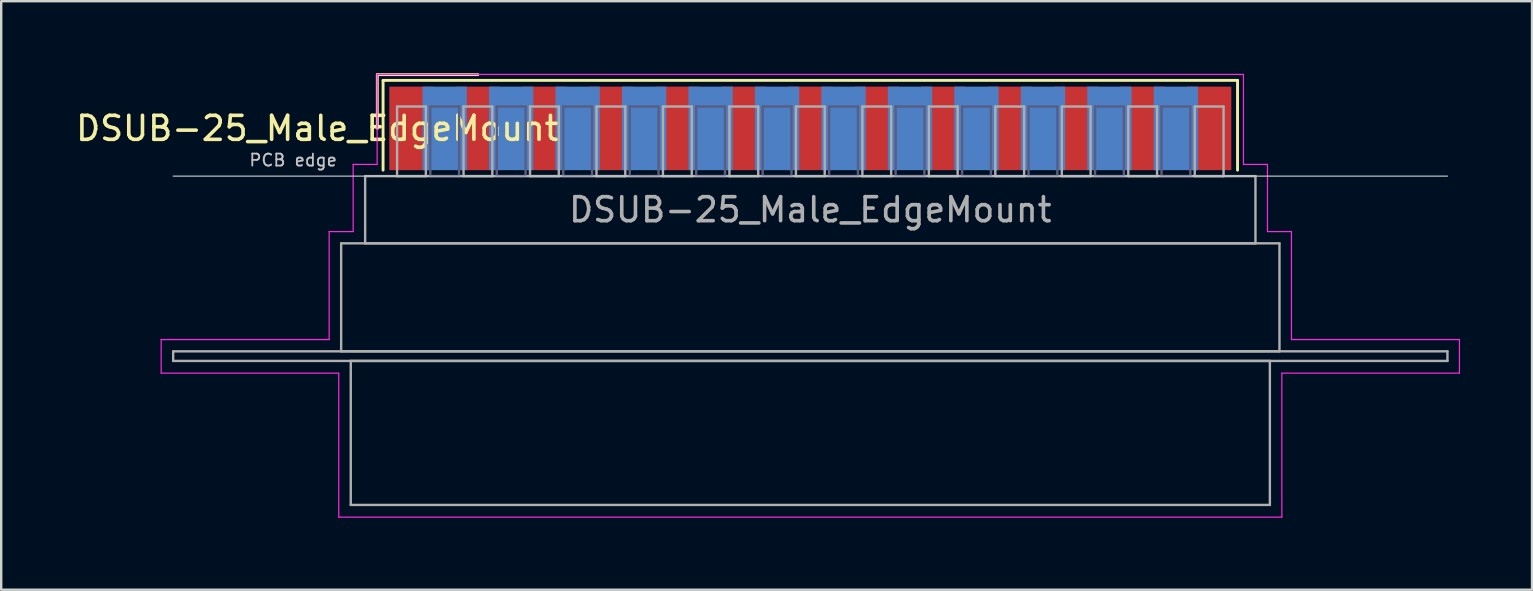
<source format=kicad_pcb>
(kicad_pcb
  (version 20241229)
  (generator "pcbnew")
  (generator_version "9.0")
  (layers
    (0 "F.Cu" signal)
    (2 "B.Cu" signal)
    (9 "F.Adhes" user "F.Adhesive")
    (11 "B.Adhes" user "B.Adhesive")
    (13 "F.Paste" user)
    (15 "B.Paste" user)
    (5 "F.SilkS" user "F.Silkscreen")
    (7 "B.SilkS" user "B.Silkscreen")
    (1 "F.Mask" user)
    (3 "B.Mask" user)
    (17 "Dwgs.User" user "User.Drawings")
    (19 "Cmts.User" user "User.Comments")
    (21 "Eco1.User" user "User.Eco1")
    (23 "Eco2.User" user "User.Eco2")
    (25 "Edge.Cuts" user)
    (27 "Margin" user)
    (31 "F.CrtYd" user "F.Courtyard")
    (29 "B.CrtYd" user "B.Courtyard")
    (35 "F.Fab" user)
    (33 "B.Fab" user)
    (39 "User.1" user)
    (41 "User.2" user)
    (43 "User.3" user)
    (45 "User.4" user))
  (footprint "DSUB-25_Male_EdgeMount"
    (layer "F.Cu")
    (at 30.716 2.3)
    (property "Reference" "DSUB-25_Male_EdgeMount" (at -20.543 0 0) (layer "F.SilkS") (effects (font (size 1 1) (thickness 0.15))))
    (attr smd)
    (fp_line (start -18.043 -2.24) (end -13.85 -2.24) (stroke (width 0.12) (type solid)) (layer "F.SilkS"))
    (fp_line (start -18.043 0) (end -18.043 -2.24) (stroke (width 0.12) (type solid)) (layer "F.SilkS"))
    (fp_line (start -17.803 -2) (end -17.803 1.74) (stroke (width 0.12) (type solid)) (layer "F.SilkS"))
    (fp_line (start 17.803 -2) (end -17.803 -2) (stroke (width 0.12) (type solid)) (layer "F.SilkS"))
    (fp_line (start 17.803 1.74) (end 17.803 -2) (stroke (width 0.12) (type solid)) (layer "F.SilkS"))
    (fp_line (start -26.55 1.99) (end 26.55 1.99) (stroke (width 0.05) (type solid)) (layer "Dwgs.User"))
    (fp_line (start -27.05 8.8) (end -20.05 8.8) (stroke (width 0.05) (type solid)) (layer "F.CrtYd"))
    (fp_line (start -27.05 10.2) (end -27.05 8.8) (stroke (width 0.05) (type solid)) (layer "F.CrtYd"))
    (fp_line (start -20.05 4.3) (end -19.05 4.3) (stroke (width 0.05) (type solid)) (layer "F.CrtYd"))
    (fp_line (start -20.05 8.8) (end -20.05 4.3) (stroke (width 0.05) (type solid)) (layer "F.CrtYd"))
    (fp_line (start -19.65 10.2) (end -27.05 10.2) (stroke (width 0.05) (type solid)) (layer "F.CrtYd"))
    (fp_line (start -19.65 16.2) (end -19.65 10.2) (stroke (width 0.05) (type solid)) (layer "F.CrtYd"))
    (fp_line (start -19.05 1.5) (end -18.05 1.5) (stroke (width 0.05) (type solid)) (layer "F.CrtYd"))
    (fp_line (start -19.05 4.3) (end -19.05 1.5) (stroke (width 0.05) (type solid)) (layer "F.CrtYd"))
    (fp_line (start -18.05 -2.25) (end 18.05 -2.25) (stroke (width 0.05) (type solid)) (layer "F.CrtYd"))
    (fp_line (start -18.05 1.5) (end -18.05 -2.25) (stroke (width 0.05) (type solid)) (layer "F.CrtYd"))
    (fp_line (start 18.05 -2.25) (end 18.05 1.5) (stroke (width 0.05) (type solid)) (layer "F.CrtYd"))
    (fp_line (start 18.05 1.5) (end 19.05 1.5) (stroke (width 0.05) (type solid)) (layer "F.CrtYd"))
    (fp_line (start 19.05 1.5) (end 19.05 4.3) (stroke (width 0.05) (type solid)) (layer "F.CrtYd"))
    (fp_line (start 19.05 4.3) (end 20.05 4.3) (stroke (width 0.05) (type solid)) (layer "F.CrtYd"))
    (fp_line (start 19.65 10.2) (end 19.65 16.2) (stroke (width 0.05) (type solid)) (layer "F.CrtYd"))
    (fp_line (start 19.65 16.2) (end -19.65 16.2) (stroke (width 0.05) (type solid)) (layer "F.CrtYd"))
    (fp_line (start 20.05 4.3) (end 20.05 8.8) (stroke (width 0.05) (type solid)) (layer "F.CrtYd"))
    (fp_line (start 20.05 8.8) (end 27.05 8.8) (stroke (width 0.05) (type solid)) (layer "F.CrtYd"))
    (fp_line (start 27.05 8.8) (end 27.05 10.2) (stroke (width 0.05) (type solid)) (layer "F.CrtYd"))
    (fp_line (start 27.05 10.2) (end 19.65 10.2) (stroke (width 0.05) (type solid)) (layer "F.CrtYd"))
    (fp_line (start -15.835 -0.91) (end -15.835 1.99) (stroke (width 0.1) (type solid)) (layer "B.Fab"))
    (fp_line (start -15.835 1.99) (end -14.635 1.99) (stroke (width 0.1) (type solid)) (layer "B.Fab"))
    (fp_line (start -14.635 -0.91) (end -15.835 -0.91) (stroke (width 0.1) (type solid)) (layer "B.Fab"))
    (fp_line (start -14.635 1.99) (end -14.635 -0.91) (stroke (width 0.1) (type solid)) (layer "B.Fab"))
    (fp_line (start -13.065 -0.91) (end -13.065 1.99) (stroke (width 0.1) (type solid)) (layer "B.Fab"))
    (fp_line (start -13.065 1.99) (end -11.865 1.99) (stroke (width 0.1) (type solid)) (layer "B.Fab"))
    (fp_line (start -11.865 -0.91) (end -13.065 -0.91) (stroke (width 0.1) (type solid)) (layer "B.Fab"))
    (fp_line (start -11.865 1.99) (end -11.865 -0.91) (stroke (width 0.1) (type solid)) (layer "B.Fab"))
    (fp_line (start -10.295 -0.91) (end -10.295 1.99) (stroke (width 0.1) (type solid)) (layer "B.Fab"))
    (fp_line (start -10.295 1.99) (end -9.095 1.99) (stroke (width 0.1) (type solid)) (layer "B.Fab"))
    (fp_line (start -9.095 -0.91) (end -10.295 -0.91) (stroke (width 0.1) (type solid)) (layer "B.Fab"))
    (fp_line (start -9.095 1.99) (end -9.095 -0.91) (stroke (width 0.1) (type solid)) (layer "B.Fab"))
    (fp_line (start -7.525 -0.91) (end -7.525 1.99) (stroke (width 0.1) (type solid)) (layer "B.Fab"))
    (fp_line (start -7.525 1.99) (end -6.325 1.99) (stroke (width 0.1) (type solid)) (layer "B.Fab"))
    (fp_line (start -6.325 -0.91) (end -7.525 -0.91) (stroke (width 0.1) (type solid)) (layer "B.Fab"))
    (fp_line (start -6.325 1.99) (end -6.325 -0.91) (stroke (width 0.1) (type solid)) (layer "B.Fab"))
    (fp_line (start -4.755 -0.91) (end -4.755 1.99) (stroke (width 0.1) (type solid)) (layer "B.Fab"))
    (fp_line (start -4.755 1.99) (end -3.555 1.99) (stroke (width 0.1) (type solid)) (layer "B.Fab"))
    (fp_line (start -3.555 -0.91) (end -4.755 -0.91) (stroke (width 0.1) (type solid)) (layer "B.Fab"))
    (fp_line (start -3.555 1.99) (end -3.555 -0.91) (stroke (width 0.1) (type solid)) (layer "B.Fab"))
    (fp_line (start -1.985 -0.91) (end -1.985 1.99) (stroke (width 0.1) (type solid)) (layer "B.Fab"))
    (fp_line (start -1.985 1.99) (end -0.785 1.99) (stroke (width 0.1) (type solid)) (layer "B.Fab"))
    (fp_line (start -0.785 -0.91) (end -1.985 -0.91) (stroke (width 0.1) (type solid)) (layer "B.Fab"))
    (fp_line (start -0.785 1.99) (end -0.785 -0.91) (stroke (width 0.1) (type solid)) (layer "B.Fab"))
    (fp_line (start 0.785 -0.91) (end 0.785 1.99) (stroke (width 0.1) (type solid)) (layer "B.Fab"))
    (fp_line (start 0.785 1.99) (end 1.985 1.99) (stroke (width 0.1) (type solid)) (layer "B.Fab"))
    (fp_line (start 1.985 -0.91) (end 0.785 -0.91) (stroke (width 0.1) (type solid)) (layer "B.Fab"))
    (fp_line (start 1.985 1.99) (end 1.985 -0.91) (stroke (width 0.1) (type solid)) (layer "B.Fab"))
    (fp_line (start 3.555 -0.91) (end 3.555 1.99) (stroke (width 0.1) (type solid)) (layer "B.Fab"))
    (fp_line (start 3.555 1.99) (end 4.755 1.99) (stroke (width 0.1) (type solid)) (layer "B.Fab"))
    (fp_line (start 4.755 -0.91) (end 3.555 -0.91) (stroke (width 0.1) (type solid)) (layer "B.Fab"))
    (fp_line (start 4.755 1.99) (end 4.755 -0.91) (stroke (width 0.1) (type solid)) (layer "B.Fab"))
    (fp_line (start 6.325 -0.91) (end 6.325 1.99) (stroke (width 0.1) (type solid)) (layer "B.Fab"))
    (fp_line (start 6.325 1.99) (end 7.525 1.99) (stroke (width 0.1) (type solid)) (layer "B.Fab"))
    (fp_line (start 7.525 -0.91) (end 6.325 -0.91) (stroke (width 0.1) (type solid)) (layer "B.Fab"))
    (fp_line (start 7.525 1.99) (end 7.525 -0.91) (stroke (width 0.1) (type solid)) (layer "B.Fab"))
    (fp_line (start 9.095 -0.91) (end 9.095 1.99) (stroke (width 0.1) (type solid)) (layer "B.Fab"))
    (fp_line (start 9.095 1.99) (end 10.295 1.99) (stroke (width 0.1) (type solid)) (layer "B.Fab"))
    (fp_line (start 10.295 -0.91) (end 9.095 -0.91) (stroke (width 0.1) (type solid)) (layer "B.Fab"))
    (fp_line (start 10.295 1.99) (end 10.295 -0.91) (stroke (width 0.1) (type solid)) (layer "B.Fab"))
    (fp_line (start 11.865 -0.91) (end 11.865 1.99) (stroke (width 0.1) (type solid)) (layer "B.Fab"))
    (fp_line (start 11.865 1.99) (end 13.065 1.99) (stroke (width 0.1) (type solid)) (layer "B.Fab"))
    (fp_line (start 13.065 -0.91) (end 11.865 -0.91) (stroke (width 0.1) (type solid)) (layer "B.Fab"))
    (fp_line (start 13.065 1.99) (end 13.065 -0.91) (stroke (width 0.1) (type solid)) (layer "B.Fab"))
    (fp_line (start 14.635 -0.91) (end 14.635 1.99) (stroke (width 0.1) (type solid)) (layer "B.Fab"))
    (fp_line (start 14.635 1.99) (end 15.835 1.99) (stroke (width 0.1) (type solid)) (layer "B.Fab"))
    (fp_line (start 15.835 -0.91) (end 14.635 -0.91) (stroke (width 0.1) (type solid)) (layer "B.Fab"))
    (fp_line (start 15.835 1.99) (end 15.835 -0.91) (stroke (width 0.1) (type solid)) (layer "B.Fab"))
    (fp_line (start -26.55 9.29) (end -26.55 9.69) (stroke (width 0.1) (type solid)) (layer "F.Fab"))
    (fp_line (start -26.55 9.69) (end 26.55 9.69) (stroke (width 0.1) (type solid)) (layer "F.Fab"))
    (fp_line (start -19.55 4.79) (end -19.55 9.29) (stroke (width 0.1) (type solid)) (layer "F.Fab"))
    (fp_line (start -19.55 9.29) (end 19.55 9.29) (stroke (width 0.1) (type solid)) (layer "F.Fab"))
    (fp_line (start -19.15 9.69) (end -19.15 15.69) (stroke (width 0.1) (type solid)) (layer "F.Fab"))
    (fp_line (start -19.15 15.69) (end 19.15 15.69) (stroke (width 0.1) (type solid)) (layer "F.Fab"))
    (fp_line (start -18.55 1.99) (end -18.55 4.79) (stroke (width 0.1) (type solid)) (layer "F.Fab"))
    (fp_line (start -18.55 4.79) (end 18.55 4.79) (stroke (width 0.1) (type solid)) (layer "F.Fab"))
    (fp_line (start -17.22 -0.91) (end -17.22 1.99) (stroke (width 0.1) (type solid)) (layer "F.Fab"))
    (fp_line (start -17.22 1.99) (end -16.02 1.99) (stroke (width 0.1) (type solid)) (layer "F.Fab"))
    (fp_line (start -16.02 -0.91) (end -17.22 -0.91) (stroke (width 0.1) (type solid)) (layer "F.Fab"))
    (fp_line (start -16.02 1.99) (end -16.02 -0.91) (stroke (width 0.1) (type solid)) (layer "F.Fab"))
    (fp_line (start -14.45 -0.91) (end -14.45 1.99) (stroke (width 0.1) (type solid)) (layer "F.Fab"))
    (fp_line (start -14.45 1.99) (end -13.25 1.99) (stroke (width 0.1) (type solid)) (layer "F.Fab"))
    (fp_line (start -13.25 -0.91) (end -14.45 -0.91) (stroke (width 0.1) (type solid)) (layer "F.Fab"))
    (fp_line (start -13.25 1.99) (end -13.25 -0.91) (stroke (width 0.1) (type solid)) (layer "F.Fab"))
    (fp_line (start -11.68 -0.91) (end -11.68 1.99) (stroke (width 0.1) (type solid)) (layer "F.Fab"))
    (fp_line (start -11.68 1.99) (end -10.48 1.99) (stroke (width 0.1) (type solid)) (layer "F.Fab"))
    (fp_line (start -10.48 -0.91) (end -11.68 -0.91) (stroke (width 0.1) (type solid)) (layer "F.Fab"))
    (fp_line (start -10.48 1.99) (end -10.48 -0.91) (stroke (width 0.1) (type solid)) (layer "F.Fab"))
    (fp_line (start -8.91 -0.91) (end -8.91 1.99) (stroke (width 0.1) (type solid)) (layer "F.Fab"))
    (fp_line (start -8.91 1.99) (end -7.71 1.99) (stroke (width 0.1) (type solid)) (layer "F.Fab"))
    (fp_line (start -7.71 -0.91) (end -8.91 -0.91) (stroke (width 0.1) (type solid)) (layer "F.Fab"))
    (fp_line (start -7.71 1.99) (end -7.71 -0.91) (stroke (width 0.1) (type solid)) (layer "F.Fab"))
    (fp_line (start -6.14 -0.91) (end -6.14 1.99) (stroke (width 0.1) (type solid)) (layer "F.Fab"))
    (fp_line (start -6.14 1.99) (end -4.94 1.99) (stroke (width 0.1) (type solid)) (layer "F.Fab"))
    (fp_line (start -4.94 -0.91) (end -6.14 -0.91) (stroke (width 0.1) (type solid)) (layer "F.Fab"))
    (fp_line (start -4.94 1.99) (end -4.94 -0.91) (stroke (width 0.1) (type solid)) (layer "F.Fab"))
    (fp_line (start -3.37 -0.91) (end -3.37 1.99) (stroke (width 0.1) (type solid)) (layer "F.Fab"))
    (fp_line (start -3.37 1.99) (end -2.17 1.99) (stroke (width 0.1) (type solid)) (layer "F.Fab"))
    (fp_line (start -2.17 -0.91) (end -3.37 -0.91) (stroke (width 0.1) (type solid)) (layer "F.Fab"))
    (fp_line (start -2.17 1.99) (end -2.17 -0.91) (stroke (width 0.1) (type solid)) (layer "F.Fab"))
    (fp_line (start -0.6 -0.91) (end -0.6 1.99) (stroke (width 0.1) (type solid)) (layer "F.Fab"))
    (fp_line (start -0.6 1.99) (end 0.6 1.99) (stroke (width 0.1) (type solid)) (layer "F.Fab"))
    (fp_line (start 0.6 -0.91) (end -0.6 -0.91) (stroke (width 0.1) (type solid)) (layer "F.Fab"))
    (fp_line (start 0.6 1.99) (end 0.6 -0.91) (stroke (width 0.1) (type solid)) (layer "F.Fab"))
    (fp_line (start 2.17 -0.91) (end 2.17 1.99) (stroke (width 0.1) (type solid)) (layer "F.Fab"))
    (fp_line (start 2.17 1.99) (end 3.37 1.99) (stroke (width 0.1) (type solid)) (layer "F.Fab"))
    (fp_line (start 3.37 -0.91) (end 2.17 -0.91) (stroke (width 0.1) (type solid)) (layer "F.Fab"))
    (fp_line (start 3.37 1.99) (end 3.37 -0.91) (stroke (width 0.1) (type solid)) (layer "F.Fab"))
    (fp_line (start 4.94 -0.91) (end 4.94 1.99) (stroke (width 0.1) (type solid)) (layer "F.Fab"))
    (fp_line (start 4.94 1.99) (end 6.14 1.99) (stroke (width 0.1) (type solid)) (layer "F.Fab"))
    (fp_line (start 6.14 -0.91) (end 4.94 -0.91) (stroke (width 0.1) (type solid)) (layer "F.Fab"))
    (fp_line (start 6.14 1.99) (end 6.14 -0.91) (stroke (width 0.1) (type solid)) (layer "F.Fab"))
    (fp_line (start 7.71 -0.91) (end 7.71 1.99) (stroke (width 0.1) (type solid)) (layer "F.Fab"))
    (fp_line (start 7.71 1.99) (end 8.91 1.99) (stroke (width 0.1) (type solid)) (layer "F.Fab"))
    (fp_line (start 8.91 -0.91) (end 7.71 -0.91) (stroke (width 0.1) (type solid)) (layer "F.Fab"))
    (fp_line (start 8.91 1.99) (end 8.91 -0.91) (stroke (width 0.1) (type solid)) (layer "F.Fab"))
    (fp_line (start 10.48 -0.91) (end 10.48 1.99) (stroke (width 0.1) (type solid)) (layer "F.Fab"))
    (fp_line (start 10.48 1.99) (end 11.68 1.99) (stroke (width 0.1) (type solid)) (layer "F.Fab"))
    (fp_line (start 11.68 -0.91) (end 10.48 -0.91) (stroke (width 0.1) (type solid)) (layer "F.Fab"))
    (fp_line (start 11.68 1.99) (end 11.68 -0.91) (stroke (width 0.1) (type solid)) (layer "F.Fab"))
    (fp_line (start 13.25 -0.91) (end 13.25 1.99) (stroke (width 0.1) (type solid)) (layer "F.Fab"))
    (fp_line (start 13.25 1.99) (end 14.45 1.99) (stroke (width 0.1) (type solid)) (layer "F.Fab"))
    (fp_line (start 14.45 -0.91) (end 13.25 -0.91) (stroke (width 0.1) (type solid)) (layer "F.Fab"))
    (fp_line (start 14.45 1.99) (end 14.45 -0.91) (stroke (width 0.1) (type solid)) (layer "F.Fab"))
    (fp_line (start 16.02 -0.91) (end 16.02 1.99) (stroke (width 0.1) (type solid)) (layer "F.Fab"))
    (fp_line (start 16.02 1.99) (end 17.22 1.99) (stroke (width 0.1) (type solid)) (layer "F.Fab"))
    (fp_line (start 17.22 -0.91) (end 16.02 -0.91) (stroke (width 0.1) (type solid)) (layer "F.Fab"))
    (fp_line (start 17.22 1.99) (end 17.22 -0.91) (stroke (width 0.1) (type solid)) (layer "F.Fab"))
    (fp_line (start 18.55 1.99) (end -18.55 1.99) (stroke (width 0.1) (type solid)) (layer "F.Fab"))
    (fp_line (start 18.55 4.79) (end 18.55 1.99) (stroke (width 0.1) (type solid)) (layer "F.Fab"))
    (fp_line (start 19.15 9.69) (end -19.15 9.69) (stroke (width 0.1) (type solid)) (layer "F.Fab"))
    (fp_line (start 19.15 15.69) (end 19.15 9.69) (stroke (width 0.1) (type solid)) (layer "F.Fab"))
    (fp_line (start 19.55 4.79) (end -19.55 4.79) (stroke (width 0.1) (type solid)) (layer "F.Fab"))
    (fp_line (start 19.55 9.29) (end 19.55 4.79) (stroke (width 0.1) (type solid)) (layer "F.Fab"))
    (fp_line (start 26.55 9.29) (end -26.55 9.29) (stroke (width 0.1) (type solid)) (layer "F.Fab"))
    (fp_line (start 26.55 9.69) (end 26.55 9.29) (stroke (width 0.1) (type solid)) (layer "F.Fab"))
    (fp_text user "PCB edge" (at -21.55 1.323 0) (layer "Dwgs.User") (effects (font (size 0.5 0.5) (thickness 0.075))))
    (fp_text user "${REFERENCE}" (at 0 3.39 0) (layer "F.Fab") (effects (font (size 1 1) (thickness 0.15))))
    (pad "1" smd rect (at -16.62 0) (size 1.847 3.48) (layers "F.Cu" "F.Mask" "F.Paste"))
    (pad "2" smd rect (at -13.85 0) (size 1.847 3.48) (layers "F.Cu" "F.Mask" "F.Paste"))
    (pad "3" smd rect (at -11.08 0) (size 1.847 3.48) (layers "F.Cu" "F.Mask" "F.Paste"))
    (pad "4" smd rect (at -8.31 0) (size 1.847 3.48) (layers "F.Cu" "F.Mask" "F.Paste"))
    (pad "5" smd rect (at -5.54 0) (size 1.847 3.48) (layers "F.Cu" "F.Mask" "F.Paste"))
    (pad "6" smd rect (at -2.77 0) (size 1.847 3.48) (layers "F.Cu" "F.Mask" "F.Paste"))
    (pad "7" smd rect (at 0 0) (size 1.847 3.48) (layers "F.Cu" "F.Mask" "F.Paste"))
    (pad "8" smd rect (at 2.77 0) (size 1.847 3.48) (layers "F.Cu" "F.Mask" "F.Paste"))
    (pad "9" smd rect (at 5.54 0) (size 1.847 3.48) (layers "F.Cu" "F.Mask" "F.Paste"))
    (pad "10" smd rect (at 8.31 0) (size 1.847 3.48) (layers "F.Cu" "F.Mask" "F.Paste"))
    (pad "11" smd rect (at 11.08 0) (size 1.847 3.48) (layers "F.Cu" "F.Mask" "F.Paste"))
    (pad "12" smd rect (at 13.85 0) (size 1.847 3.48) (layers "F.Cu" "F.Mask" "F.Paste"))
    (pad "13" smd rect (at 16.62 0) (size 1.847 3.48) (layers "F.Cu" "F.Mask" "F.Paste"))
    (pad "14" smd rect (at -15.235 0) (size 1.847 3.48) (layers "B.Cu" "B.Mask" "B.Paste"))
    (pad "15" smd rect (at -12.465 0) (size 1.847 3.48) (layers "B.Cu" "B.Mask" "B.Paste"))
    (pad "16" smd rect (at -9.695 0) (size 1.847 3.48) (layers "B.Cu" "B.Mask" "B.Paste"))
    (pad "17" smd rect (at -6.925 0) (size 1.847 3.48) (layers "B.Cu" "B.Mask" "B.Paste"))
    (pad "18" smd rect (at -4.155 0) (size 1.847 3.48) (layers "B.Cu" "B.Mask" "B.Paste"))
    (pad "19" smd rect (at -1.385 0) (size 1.847 3.48) (layers "B.Cu" "B.Mask" "B.Paste"))
    (pad "20" smd rect (at 1.385 0) (size 1.847 3.48) (layers "B.Cu" "B.Mask" "B.Paste"))
    (pad "21" smd rect (at 4.155 0) (size 1.847 3.48) (layers "B.Cu" "B.Mask" "B.Paste"))
    (pad "22" smd rect (at 6.925 0) (size 1.847 3.48) (layers "B.Cu" "B.Mask" "B.Paste"))
    (pad "23" smd rect (at 9.695 0) (size 1.847 3.48) (layers "B.Cu" "B.Mask" "B.Paste"))
    (pad "24" smd rect (at 12.465 0) (size 1.847 3.48) (layers "B.Cu" "B.Mask" "B.Paste"))
    (pad "25" smd rect (at 15.235 0) (size 1.847 3.48) (layers "B.Cu" "B.Mask" "B.Paste")))
  (gr_rect
    (start -3 -3)
    (end 60.791 21.525)
    (stroke (width 0.1) (type default))
    (fill no)
    (layer "Edge.Cuts")))
</source>
